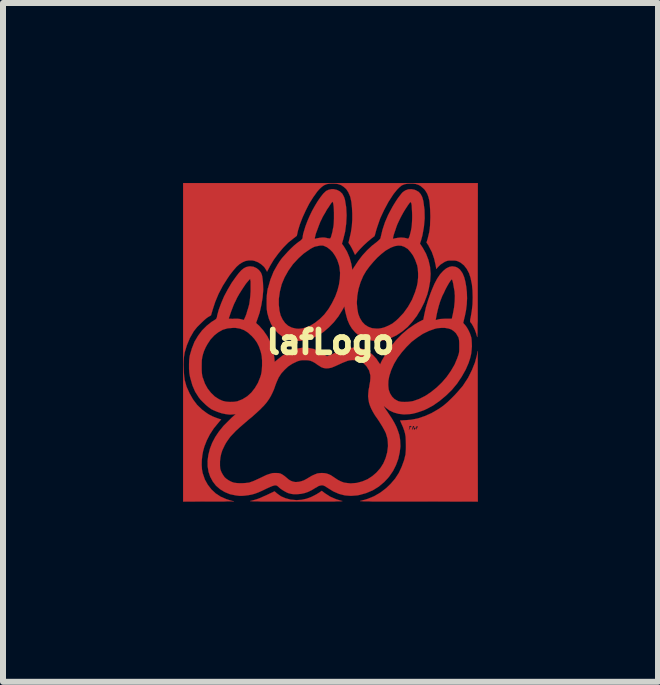
<source format=kicad_pcb>
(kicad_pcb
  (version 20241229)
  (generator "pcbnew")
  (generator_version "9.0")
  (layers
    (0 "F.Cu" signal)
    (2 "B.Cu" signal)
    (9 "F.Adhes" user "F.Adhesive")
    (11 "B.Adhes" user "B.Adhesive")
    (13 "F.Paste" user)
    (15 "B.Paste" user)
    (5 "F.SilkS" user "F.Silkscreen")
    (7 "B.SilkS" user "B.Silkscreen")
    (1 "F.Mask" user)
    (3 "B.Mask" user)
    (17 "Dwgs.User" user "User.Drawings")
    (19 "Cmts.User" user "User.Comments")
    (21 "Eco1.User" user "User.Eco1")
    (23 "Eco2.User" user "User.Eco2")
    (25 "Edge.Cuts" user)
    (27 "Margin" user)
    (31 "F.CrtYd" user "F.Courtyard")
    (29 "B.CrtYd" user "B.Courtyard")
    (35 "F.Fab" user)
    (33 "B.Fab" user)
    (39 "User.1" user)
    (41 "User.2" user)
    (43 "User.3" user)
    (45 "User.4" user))
  (footprint "lafLogo"
    (layer "F.Cu")
    (at 2.457 2.65)
    (property "Reference" "lafLogo" (at 0 0 0) (layer "F.SilkS") (effects (font (size 0.381 0.381) (thickness 0.127))))
    (attr through_hole)
    (fp_poly (pts (xy 0.198 2.649) (xy 0.196 2.652) (xy 0.185 2.652) (xy 0.17 2.654) (xy 0.145 2.654) (xy 0.112 2.654) (xy 0.069 2.657) (xy 0.015 2.657) (xy -0.051 2.657) (xy -0.13 2.657) (xy -0.224 2.657) (xy -0.328 2.657) (xy -0.45 2.657) (xy -0.572 2.657) (xy -0.709 2.657) (xy -0.828 2.657) (xy -0.935 2.657) (xy -1.026 2.657) (xy -1.102 2.657) (xy -1.168 2.657) (xy -1.219 2.654) (xy -1.262 2.654) (xy -1.293 2.654) (xy -1.316 2.652) (xy -1.331 2.652) (xy -1.339 2.649) (xy -1.331 2.647) (xy -1.328 2.647) (xy -1.278 2.634) (xy -1.227 2.619) (xy -1.171 2.598) (xy -1.11 2.57) (xy -1.049 2.543) (xy -0.932 2.487) (xy -0.892 2.522) (xy -0.826 2.57) (xy -0.749 2.603) (xy -0.663 2.626) (xy -0.569 2.634) (xy -0.566 2.634) (xy -0.483 2.629) (xy -0.401 2.611) (xy -0.323 2.583) (xy -0.239 2.54) (xy -0.198 2.515) (xy -0.145 2.479) (xy -0.099 2.515) (xy -0.005 2.576) (xy 0.094 2.619) (xy 0.185 2.647) (xy 0.193 2.647) (xy 0.198 2.649)) (stroke (width 0.003) (type solid)) (fill yes) (layer "F.Cu"))
    (fp_poly (pts (xy 2.456 2.659) (xy 1.453 2.657) (xy 1.453 1.405) (xy 1.45 1.4) (xy 1.443 1.4) (xy 1.43 1.407) (xy 1.427 1.43) (xy 1.427 1.433) (xy 1.427 1.453) (xy 1.433 1.458) (xy 1.438 1.445) (xy 1.448 1.425) (xy 1.453 1.405) (xy 1.453 2.657) (xy 1.45 2.657) (xy 1.42 2.657) (xy 1.42 1.425) (xy 1.412 1.427) (xy 1.41 1.43) (xy 1.4 1.435) (xy 1.397 1.427) (xy 1.397 1.42) (xy 1.392 1.402) (xy 1.382 1.397) (xy 1.372 1.407) (xy 1.369 1.417) (xy 1.361 1.44) (xy 1.359 1.45) (xy 1.359 1.402) (xy 1.354 1.4) (xy 1.336 1.397) (xy 1.333 1.397) (xy 1.313 1.4) (xy 1.308 1.402) (xy 1.311 1.405) (xy 1.318 1.415) (xy 1.313 1.433) (xy 1.313 1.435) (xy 1.306 1.453) (xy 1.306 1.463) (xy 1.308 1.463) (xy 1.316 1.455) (xy 1.323 1.44) (xy 1.328 1.427) (xy 1.328 1.425) (xy 1.336 1.412) (xy 1.349 1.405) (xy 1.359 1.402) (xy 1.359 1.45) (xy 1.356 1.463) (xy 1.359 1.463) (xy 1.369 1.453) (xy 1.374 1.443) (xy 1.387 1.417) (xy 1.389 1.443) (xy 1.392 1.46) (xy 1.397 1.463) (xy 1.41 1.45) (xy 1.42 1.435) (xy 1.42 1.425) (xy 1.42 2.657) (xy 1.298 2.657) (xy 1.161 2.657) (xy 1.039 2.657) (xy 0.93 2.657) (xy 0.838 2.657) (xy 0.757 2.657) (xy 0.688 2.657) (xy 0.632 2.654) (xy 0.587 2.654) (xy 0.551 2.654) (xy 0.526 2.652) (xy 0.505 2.652) (xy 0.495 2.649) (xy 0.493 2.649) (xy 0.495 2.647) (xy 0.5 2.647) (xy 0.617 2.614) (xy 0.729 2.568) (xy 0.833 2.507) (xy 0.932 2.431) (xy 1.003 2.362) (xy 1.077 2.276) (xy 1.138 2.182) (xy 1.186 2.08) (xy 1.227 1.968) (xy 1.234 1.941) (xy 1.242 1.905) (xy 1.25 1.877) (xy 1.252 1.847) (xy 1.255 1.811) (xy 1.257 1.765) (xy 1.257 1.72) (xy 1.255 1.643) (xy 1.252 1.577) (xy 1.242 1.521) (xy 1.227 1.468) (xy 1.206 1.412) (xy 1.189 1.374) (xy 1.176 1.344) (xy 1.166 1.321) (xy 1.161 1.308) (xy 1.168 1.306) (xy 1.189 1.306) (xy 1.219 1.303) (xy 1.232 1.303) (xy 1.341 1.295) (xy 1.455 1.273) (xy 1.57 1.234) (xy 1.684 1.184) (xy 1.798 1.118) (xy 1.847 1.085) (xy 1.895 1.049) (xy 1.951 1.001) (xy 2.009 0.945) (xy 2.068 0.886) (xy 2.121 0.828) (xy 2.169 0.772) (xy 2.21 0.724) (xy 2.212 0.719) (xy 2.294 0.594) (xy 2.357 0.467) (xy 2.408 0.34) (xy 2.438 0.229) (xy 2.454 0.147) (xy 2.454 1.405) (xy 2.456 2.659)) (stroke (width 0.003) (type solid)) (fill yes) (layer "F.Cu"))
    (fp_poly (pts (xy 2.456 -2.649) (xy 2.454 -1.344) (xy 2.454 -1.168) (xy 2.454 -1.008) (xy 2.454 -0.864) (xy 2.454 -0.737) (xy 2.454 -0.62) (xy 2.454 -0.518) (xy 2.454 -0.429) (xy 2.454 -0.353) (xy 2.451 -0.287) (xy 2.451 -0.231) (xy 2.451 -0.185) (xy 2.451 -0.15) (xy 2.449 -0.122) (xy 2.449 -0.104) (xy 2.446 -0.091) (xy 2.446 -0.084) (xy 2.443 -0.084) (xy 2.443 -0.089) (xy 2.426 -0.15) (xy 2.403 -0.211) (xy 2.377 -0.264) (xy 2.352 -0.307) (xy 2.337 -0.325) (xy 2.329 -0.335) (xy 2.327 -0.345) (xy 2.327 -0.358) (xy 2.329 -0.381) (xy 2.337 -0.414) (xy 2.355 -0.521) (xy 2.367 -0.63) (xy 2.37 -0.744) (xy 2.367 -0.856) (xy 2.357 -0.963) (xy 2.337 -1.057) (xy 2.337 -1.062) (xy 2.309 -1.148) (xy 2.271 -1.219) (xy 2.225 -1.278) (xy 2.172 -1.321) (xy 2.144 -1.336) (xy 2.116 -1.349) (xy 2.088 -1.356) (xy 2.057 -1.359) (xy 2.024 -1.359) (xy 1.986 -1.359) (xy 1.956 -1.356) (xy 1.933 -1.349) (xy 1.902 -1.336) (xy 1.895 -1.331) (xy 1.836 -1.293) (xy 1.801 -1.26) (xy 1.763 -1.217) (xy 1.753 -1.28) (xy 1.727 -1.392) (xy 1.689 -1.501) (xy 1.638 -1.598) (xy 1.636 -1.605) (xy 1.6 -1.659) (xy 1.618 -1.717) (xy 1.633 -1.778) (xy 1.646 -1.831) (xy 1.654 -1.885) (xy 1.659 -1.938) (xy 1.661 -1.999) (xy 1.664 -2.07) (xy 1.664 -2.101) (xy 1.661 -2.2) (xy 1.656 -2.283) (xy 1.648 -2.355) (xy 1.633 -2.416) (xy 1.615 -2.466) (xy 1.59 -2.51) (xy 1.562 -2.548) (xy 1.539 -2.568) (xy 1.501 -2.601) (xy 1.463 -2.621) (xy 1.422 -2.634) (xy 1.372 -2.642) (xy 1.333 -2.642) (xy 1.28 -2.639) (xy 1.232 -2.629) (xy 1.189 -2.611) (xy 1.151 -2.581) (xy 1.11 -2.54) (xy 1.067 -2.487) (xy 1.049 -2.464) (xy 0.965 -2.334) (xy 0.892 -2.197) (xy 0.828 -2.06) (xy 0.78 -1.92) (xy 0.762 -1.864) (xy 0.752 -1.826) (xy 0.744 -1.796) (xy 0.737 -1.773) (xy 0.734 -1.765) (xy 0.678 -1.722) (xy 0.615 -1.669) (xy 0.551 -1.61) (xy 0.49 -1.547) (xy 0.452 -1.504) (xy 0.409 -1.453) (xy 0.376 -1.524) (xy 0.358 -1.56) (xy 0.34 -1.593) (xy 0.325 -1.618) (xy 0.32 -1.626) (xy 0.3 -1.654) (xy 0.318 -1.73) (xy 0.34 -1.826) (xy 0.356 -1.93) (xy 0.363 -2.037) (xy 0.363 -2.141) (xy 0.358 -2.243) (xy 0.348 -2.337) (xy 0.33 -2.418) (xy 0.325 -2.433) (xy 0.297 -2.497) (xy 0.262 -2.55) (xy 0.221 -2.586) (xy 0.18 -2.614) (xy 0.14 -2.629) (xy 0.097 -2.639) (xy 0.043 -2.642) (xy 0.03 -2.642) (xy -0.02 -2.639) (xy -0.064 -2.631) (xy -0.104 -2.614) (xy -0.142 -2.588) (xy -0.18 -2.553) (xy -0.221 -2.507) (xy -0.264 -2.446) (xy -0.29 -2.41) (xy -0.356 -2.304) (xy -0.414 -2.189) (xy -0.467 -2.073) (xy -0.511 -1.958) (xy -0.544 -1.849) (xy -0.546 -1.836) (xy -0.561 -1.77) (xy -0.617 -1.727) (xy -0.706 -1.656) (xy -0.79 -1.57) (xy -0.871 -1.473) (xy -0.945 -1.372) (xy -1.008 -1.267) (xy -1.016 -1.25) (xy -1.057 -1.173) (xy -1.072 -1.201) (xy -1.105 -1.252) (xy -1.153 -1.295) (xy -1.209 -1.331) (xy -1.27 -1.354) (xy -1.306 -1.361) (xy -1.361 -1.361) (xy -1.415 -1.351) (xy -1.463 -1.331) (xy -1.514 -1.3) (xy -1.565 -1.255) (xy -1.618 -1.194) (xy -1.676 -1.12) (xy -1.709 -1.072) (xy -1.793 -0.94) (xy -1.864 -0.805) (xy -1.92 -0.671) (xy -1.961 -0.546) (xy -1.991 -0.445) (xy -2.035 -0.419) (xy -2.065 -0.399) (xy -2.101 -0.368) (xy -2.141 -0.33) (xy -2.182 -0.29) (xy -2.223 -0.249) (xy -2.256 -0.208) (xy -2.278 -0.18) (xy -2.342 -0.069) (xy -2.393 0.053) (xy -2.431 0.178) (xy -2.433 0.196) (xy -2.441 0.244) (xy -2.446 0.305) (xy -2.449 0.371) (xy -2.446 0.442) (xy -2.443 0.508) (xy -2.438 0.569) (xy -2.431 0.62) (xy -2.431 0.627) (xy -2.398 0.744) (xy -2.349 0.853) (xy -2.291 0.955) (xy -2.223 1.046) (xy -2.141 1.125) (xy -2.062 1.184) (xy -2.017 1.212) (xy -1.961 1.24) (xy -1.905 1.262) (xy -1.854 1.28) (xy -1.844 1.283) (xy -1.821 1.288) (xy -1.869 1.346) (xy -1.946 1.44) (xy -2.009 1.537) (xy -2.06 1.636) (xy -2.101 1.74) (xy -2.123 1.819) (xy -2.136 1.89) (xy -2.144 1.968) (xy -2.146 2.047) (xy -2.141 2.123) (xy -2.129 2.189) (xy -2.126 2.195) (xy -2.093 2.291) (xy -2.045 2.377) (xy -1.984 2.456) (xy -1.913 2.522) (xy -1.831 2.576) (xy -1.74 2.616) (xy -1.694 2.631) (xy -1.659 2.642) (xy -1.631 2.649) (xy -1.61 2.652) (xy -1.613 2.654) (xy -1.633 2.654) (xy -1.666 2.654) (xy -1.712 2.654) (xy -1.768 2.657) (xy -1.834 2.657) (xy -1.91 2.657) (xy -1.991 2.657) (xy -2.022 2.657) (xy -2.456 2.659) (xy -2.456 0.005) (xy -2.456 -2.649) (xy 0 -2.649) (xy 2.456 -2.649)) (stroke (width 0.003) (type solid)) (fill yes) (layer "F.Cu"))
    (fp_poly (pts (xy 1.669 -1.138) (xy 1.661 -1.016) (xy 1.638 -0.889) (xy 1.613 -0.792) (xy 1.565 -0.665) (xy 1.506 -0.546) (xy 1.46 -0.472) (xy 1.46 -1.151) (xy 1.455 -1.224) (xy 1.443 -1.288) (xy 1.44 -1.29) (xy 1.412 -1.369) (xy 1.377 -1.44) (xy 1.361 -1.463) (xy 1.361 -2.123) (xy 1.359 -2.179) (xy 1.356 -2.23) (xy 1.354 -2.273) (xy 1.349 -2.306) (xy 1.341 -2.327) (xy 1.339 -2.332) (xy 1.328 -2.329) (xy 1.313 -2.311) (xy 1.293 -2.283) (xy 1.27 -2.248) (xy 1.242 -2.205) (xy 1.214 -2.159) (xy 1.186 -2.108) (xy 1.161 -2.06) (xy 1.138 -2.012) (xy 1.128 -1.991) (xy 1.113 -1.958) (xy 1.097 -1.915) (xy 1.082 -1.869) (xy 1.067 -1.826) (xy 1.054 -1.786) (xy 1.046 -1.753) (xy 1.041 -1.732) (xy 1.041 -1.73) (xy 1.046 -1.722) (xy 1.054 -1.722) (xy 1.069 -1.727) (xy 1.095 -1.732) (xy 1.123 -1.737) (xy 1.176 -1.742) (xy 1.234 -1.737) (xy 1.285 -1.725) (xy 1.288 -1.722) (xy 1.298 -1.725) (xy 1.306 -1.737) (xy 1.316 -1.76) (xy 1.326 -1.796) (xy 1.339 -1.847) (xy 1.344 -1.872) (xy 1.351 -1.91) (xy 1.356 -1.956) (xy 1.359 -2.009) (xy 1.361 -2.065) (xy 1.361 -2.123) (xy 1.361 -1.463) (xy 1.333 -1.501) (xy 1.288 -1.552) (xy 1.234 -1.585) (xy 1.232 -1.587) (xy 1.181 -1.605) (xy 1.128 -1.608) (xy 1.069 -1.598) (xy 1.003 -1.572) (xy 0.932 -1.532) (xy 0.912 -1.519) (xy 0.848 -1.468) (xy 0.78 -1.407) (xy 0.714 -1.336) (xy 0.65 -1.26) (xy 0.594 -1.184) (xy 0.549 -1.107) (xy 0.541 -1.09) (xy 0.5 -0.993) (xy 0.467 -0.884) (xy 0.447 -0.772) (xy 0.439 -0.658) (xy 0.439 -0.653) (xy 0.447 -0.559) (xy 0.462 -0.472) (xy 0.49 -0.401) (xy 0.528 -0.338) (xy 0.574 -0.29) (xy 0.63 -0.254) (xy 0.693 -0.231) (xy 0.767 -0.224) (xy 0.792 -0.224) (xy 0.836 -0.229) (xy 0.879 -0.239) (xy 0.909 -0.249) (xy 0.973 -0.277) (xy 1.034 -0.31) (xy 1.092 -0.356) (xy 1.128 -0.389) (xy 1.217 -0.483) (xy 1.293 -0.589) (xy 1.359 -0.706) (xy 1.41 -0.833) (xy 1.44 -0.932) (xy 1.453 -0.998) (xy 1.46 -1.074) (xy 1.46 -1.151) (xy 1.46 -0.472) (xy 1.44 -0.437) (xy 1.364 -0.338) (xy 1.283 -0.249) (xy 1.194 -0.175) (xy 1.1 -0.112) (xy 1.003 -0.066) (xy 0.902 -0.033) (xy 0.886 -0.03) (xy 0.792 -0.018) (xy 0.699 -0.023) (xy 0.612 -0.041) (xy 0.531 -0.076) (xy 0.457 -0.124) (xy 0.414 -0.16) (xy 0.358 -0.224) (xy 0.315 -0.295) (xy 0.282 -0.373) (xy 0.257 -0.465) (xy 0.246 -0.511) (xy 0.231 -0.594) (xy 0.198 -0.533) (xy 0.16 -0.472) (xy 0.16 -1.156) (xy 0.15 -1.247) (xy 0.14 -1.29) (xy 0.114 -1.367) (xy 0.079 -1.435) (xy 0.058 -1.466) (xy 0.058 -2.108) (xy 0.058 -2.162) (xy 0.056 -2.212) (xy 0.053 -2.258) (xy 0.048 -2.296) (xy 0.043 -2.322) (xy 0.036 -2.337) (xy 0.033 -2.337) (xy 0.025 -2.329) (xy 0.01 -2.311) (xy -0.01 -2.281) (xy -0.033 -2.245) (xy -0.061 -2.205) (xy -0.086 -2.159) (xy -0.112 -2.116) (xy -0.135 -2.075) (xy -0.14 -2.062) (xy -0.17 -2.002) (xy -0.196 -1.935) (xy -0.221 -1.867) (xy -0.244 -1.806) (xy -0.257 -1.75) (xy -0.259 -1.745) (xy -0.262 -1.727) (xy -0.259 -1.72) (xy -0.251 -1.722) (xy -0.236 -1.727) (xy -0.208 -1.732) (xy -0.183 -1.737) (xy -0.14 -1.742) (xy -0.104 -1.742) (xy -0.074 -1.737) (xy -0.046 -1.73) (xy -0.02 -1.727) (xy -0.01 -1.725) (xy 0 -1.732) (xy 0.01 -1.755) (xy 0.02 -1.791) (xy 0.033 -1.839) (xy 0.043 -1.897) (xy 0.048 -1.915) (xy 0.053 -1.956) (xy 0.056 -2.002) (xy 0.058 -2.052) (xy 0.058 -2.108) (xy 0.058 -1.466) (xy 0.038 -1.496) (xy -0.01 -1.544) (xy -0.061 -1.582) (xy -0.074 -1.587) (xy -0.102 -1.6) (xy -0.124 -1.608) (xy -0.152 -1.608) (xy -0.175 -1.608) (xy -0.213 -1.6) (xy -0.251 -1.593) (xy -0.274 -1.585) (xy -0.328 -1.557) (xy -0.384 -1.519) (xy -0.445 -1.476) (xy -0.5 -1.427) (xy -0.533 -1.397) (xy -0.625 -1.298) (xy -0.701 -1.191) (xy -0.765 -1.077) (xy -0.813 -0.963) (xy -0.843 -0.843) (xy -0.861 -0.721) (xy -0.861 -0.622) (xy -0.851 -0.528) (xy -0.831 -0.445) (xy -0.798 -0.376) (xy -0.757 -0.318) (xy -0.706 -0.272) (xy -0.645 -0.241) (xy -0.617 -0.234) (xy -0.572 -0.224) (xy -0.531 -0.221) (xy -0.483 -0.226) (xy -0.46 -0.229) (xy -0.429 -0.239) (xy -0.389 -0.251) (xy -0.351 -0.267) (xy -0.343 -0.269) (xy -0.259 -0.32) (xy -0.178 -0.384) (xy -0.102 -0.46) (xy -0.033 -0.551) (xy 0.028 -0.653) (xy 0.081 -0.762) (xy 0.117 -0.861) (xy 0.142 -0.958) (xy 0.157 -1.059) (xy 0.16 -1.156) (xy 0.16 -0.472) (xy 0.132 -0.427) (xy 0.056 -0.33) (xy -0.028 -0.244) (xy -0.114 -0.17) (xy -0.208 -0.109) (xy -0.305 -0.064) (xy -0.363 -0.043) (xy -0.409 -0.033) (xy -0.46 -0.025) (xy -0.513 -0.02) (xy -0.566 -0.02) (xy -0.61 -0.023) (xy -0.63 -0.025) (xy -0.724 -0.053) (xy -0.805 -0.094) (xy -0.876 -0.15) (xy -0.937 -0.216) (xy -0.988 -0.297) (xy -1.026 -0.389) (xy -1.054 -0.49) (xy -1.054 -0.495) (xy -1.062 -0.551) (xy -1.064 -0.62) (xy -1.064 -0.691) (xy -1.062 -0.765) (xy -1.054 -0.836) (xy -1.044 -0.897) (xy -1.041 -0.899) (xy -1.001 -1.041) (xy -0.947 -1.176) (xy -0.876 -1.3) (xy -0.841 -1.354) (xy -0.805 -1.402) (xy -0.759 -1.453) (xy -0.711 -1.506) (xy -0.658 -1.56) (xy -0.607 -1.608) (xy -0.561 -1.646) (xy -0.528 -1.671) (xy -0.495 -1.694) (xy -0.478 -1.712) (xy -0.467 -1.725) (xy -0.465 -1.735) (xy -0.462 -1.76) (xy -0.455 -1.803) (xy -0.439 -1.857) (xy -0.419 -1.923) (xy -0.409 -1.951) (xy -0.381 -2.024) (xy -0.345 -2.106) (xy -0.305 -2.189) (xy -0.259 -2.271) (xy -0.213 -2.347) (xy -0.165 -2.416) (xy -0.122 -2.471) (xy -0.114 -2.479) (xy -0.074 -2.517) (xy -0.033 -2.537) (xy 0.018 -2.548) (xy 0.053 -2.548) (xy 0.109 -2.535) (xy 0.157 -2.51) (xy 0.198 -2.471) (xy 0.226 -2.418) (xy 0.241 -2.372) (xy 0.262 -2.245) (xy 0.269 -2.111) (xy 0.262 -1.976) (xy 0.244 -1.839) (xy 0.213 -1.714) (xy 0.191 -1.638) (xy 0.224 -1.593) (xy 0.277 -1.504) (xy 0.318 -1.407) (xy 0.348 -1.3) (xy 0.351 -1.278) (xy 0.358 -1.245) (xy 0.361 -1.219) (xy 0.363 -1.206) (xy 0.363 -1.204) (xy 0.368 -1.209) (xy 0.378 -1.224) (xy 0.394 -1.25) (xy 0.406 -1.267) (xy 0.465 -1.356) (xy 0.533 -1.445) (xy 0.61 -1.529) (xy 0.691 -1.605) (xy 0.77 -1.666) (xy 0.8 -1.692) (xy 0.82 -1.712) (xy 0.833 -1.727) (xy 0.833 -1.73) (xy 0.866 -1.869) (xy 0.909 -1.999) (xy 0.963 -2.123) (xy 1.031 -2.25) (xy 1.054 -2.289) (xy 1.09 -2.347) (xy 1.125 -2.4) (xy 1.161 -2.446) (xy 1.189 -2.482) (xy 1.206 -2.499) (xy 1.247 -2.527) (xy 1.295 -2.545) (xy 1.349 -2.548) (xy 1.405 -2.537) (xy 1.427 -2.527) (xy 1.471 -2.502) (xy 1.504 -2.464) (xy 1.529 -2.416) (xy 1.547 -2.352) (xy 1.549 -2.339) (xy 1.567 -2.202) (xy 1.57 -2.06) (xy 1.557 -1.918) (xy 1.532 -1.778) (xy 1.509 -1.694) (xy 1.491 -1.641) (xy 1.537 -1.572) (xy 1.593 -1.471) (xy 1.633 -1.367) (xy 1.659 -1.255) (xy 1.669 -1.138)) (stroke (width 0.003) (type solid)) (fill yes) (layer "F.Cu"))
    (fp_poly (pts (xy 2.357 0.071) (xy 2.352 0.13) (xy 2.347 0.18) (xy 2.342 0.208) (xy 2.334 0.244) (xy 2.322 0.287) (xy 2.306 0.333) (xy 2.304 0.343) (xy 2.253 0.46) (xy 2.187 0.577) (xy 2.146 0.638) (xy 2.146 0.064) (xy 2.146 0.015) (xy 2.144 -0.018) (xy 2.141 -0.043) (xy 2.136 -0.064) (xy 2.131 -0.084) (xy 2.126 -0.089) (xy 2.093 -0.145) (xy 2.073 -0.165) (xy 2.073 -0.775) (xy 2.07 -0.798) (xy 2.068 -0.841) (xy 2.06 -0.886) (xy 2.052 -0.932) (xy 2.045 -0.973) (xy 2.037 -1.008) (xy 2.029 -1.034) (xy 2.024 -1.044) (xy 2.017 -1.041) (xy 2.004 -1.026) (xy 1.984 -0.998) (xy 1.963 -0.963) (xy 1.938 -0.919) (xy 1.913 -0.871) (xy 1.89 -0.82) (xy 1.864 -0.77) (xy 1.844 -0.719) (xy 1.826 -0.673) (xy 1.826 -0.671) (xy 1.806 -0.607) (xy 1.788 -0.538) (xy 1.77 -0.46) (xy 1.758 -0.394) (xy 1.753 -0.366) (xy 1.798 -0.378) (xy 1.826 -0.384) (xy 1.864 -0.386) (xy 1.908 -0.389) (xy 1.93 -0.389) (xy 2.022 -0.389) (xy 2.04 -0.47) (xy 2.06 -0.577) (xy 2.07 -0.678) (xy 2.073 -0.775) (xy 2.073 -0.165) (xy 2.047 -0.188) (xy 2.012 -0.211) (xy 1.966 -0.226) (xy 1.908 -0.236) (xy 1.847 -0.236) (xy 1.781 -0.231) (xy 1.74 -0.221) (xy 1.638 -0.185) (xy 1.539 -0.137) (xy 1.445 -0.074) (xy 1.351 -0.003) (xy 1.267 0.081) (xy 1.189 0.17) (xy 1.118 0.264) (xy 1.059 0.363) (xy 1.013 0.465) (xy 0.98 0.566) (xy 0.965 0.645) (xy 0.963 0.721) (xy 0.97 0.792) (xy 0.993 0.856) (xy 1.026 0.909) (xy 1.067 0.95) (xy 1.12 0.98) (xy 1.133 0.986) (xy 1.179 0.996) (xy 1.234 0.998) (xy 1.295 0.996) (xy 1.354 0.988) (xy 1.379 0.983) (xy 1.481 0.947) (xy 1.58 0.897) (xy 1.676 0.833) (xy 1.77 0.757) (xy 1.857 0.673) (xy 1.938 0.579) (xy 2.007 0.48) (xy 2.068 0.376) (xy 2.113 0.269) (xy 2.118 0.254) (xy 2.131 0.218) (xy 2.139 0.191) (xy 2.144 0.163) (xy 2.146 0.132) (xy 2.146 0.091) (xy 2.146 0.064) (xy 2.146 0.638) (xy 2.111 0.691) (xy 2.022 0.798) (xy 1.923 0.894) (xy 1.816 0.983) (xy 1.707 1.059) (xy 1.618 1.107) (xy 1.56 1.135) (xy 1.494 1.158) (xy 1.422 1.181) (xy 1.359 1.196) (xy 1.318 1.201) (xy 1.224 1.206) (xy 1.135 1.196) (xy 1.054 1.173) (xy 0.98 1.138) (xy 0.917 1.09) (xy 0.899 1.074) (xy 0.892 1.069) (xy 0.889 1.069) (xy 0.894 1.079) (xy 0.907 1.1) (xy 0.925 1.128) (xy 0.95 1.163) (xy 0.968 1.191) (xy 1.024 1.275) (xy 1.067 1.349) (xy 1.1 1.415) (xy 1.125 1.481) (xy 1.146 1.544) (xy 1.158 1.61) (xy 1.161 1.638) (xy 1.166 1.737) (xy 1.153 1.841) (xy 1.13 1.946) (xy 1.092 2.05) (xy 1.044 2.146) (xy 0.983 2.235) (xy 0.975 2.245) (xy 0.958 2.266) (xy 0.958 1.717) (xy 0.955 1.661) (xy 0.95 1.613) (xy 0.937 1.565) (xy 0.922 1.516) (xy 0.897 1.466) (xy 0.864 1.407) (xy 0.823 1.341) (xy 0.79 1.29) (xy 0.742 1.222) (xy 0.706 1.161) (xy 0.678 1.107) (xy 0.658 1.059) (xy 0.643 1.013) (xy 0.64 0.996) (xy 0.632 0.947) (xy 0.627 0.902) (xy 0.63 0.856) (xy 0.635 0.8) (xy 0.648 0.734) (xy 0.648 0.726) (xy 0.66 0.66) (xy 0.665 0.605) (xy 0.665 0.556) (xy 0.655 0.516) (xy 0.643 0.472) (xy 0.635 0.46) (xy 0.599 0.401) (xy 0.551 0.353) (xy 0.495 0.32) (xy 0.432 0.302) (xy 0.363 0.3) (xy 0.318 0.305) (xy 0.287 0.312) (xy 0.246 0.328) (xy 0.196 0.348) (xy 0.142 0.373) (xy 0.074 0.404) (xy 0.018 0.427) (xy -0.033 0.437) (xy -0.076 0.439) (xy -0.117 0.432) (xy -0.157 0.417) (xy -0.198 0.389) (xy -0.206 0.386) (xy -0.254 0.351) (xy -0.295 0.328) (xy -0.333 0.312) (xy -0.368 0.305) (xy -0.409 0.302) (xy -0.427 0.302) (xy -0.47 0.302) (xy -0.503 0.307) (xy -0.533 0.315) (xy -0.556 0.323) (xy -0.635 0.361) (xy -0.704 0.406) (xy -0.762 0.46) (xy -0.818 0.521) (xy -0.864 0.592) (xy -0.899 0.671) (xy -0.919 0.724) (xy -0.942 0.79) (xy -0.968 0.848) (xy -0.996 0.904) (xy -1.029 0.958) (xy -1.067 1.011) (xy -1.113 1.064) (xy -1.14 1.09) (xy -1.14 0.356) (xy -1.14 0.305) (xy -1.143 0.267) (xy -1.146 0.234) (xy -1.151 0.206) (xy -1.158 0.178) (xy -1.163 0.157) (xy -1.191 0.076) (xy -1.224 0.01) (xy -1.267 -0.051) (xy -1.313 -0.102) (xy -1.331 -0.117) (xy -1.331 -0.945) (xy -1.331 -0.983) (xy -1.331 -1.011) (xy -1.333 -1.021) (xy -1.339 -1.054) (xy -1.372 -1.016) (xy -1.407 -0.975) (xy -1.443 -0.922) (xy -1.483 -0.861) (xy -1.521 -0.8) (xy -1.557 -0.737) (xy -1.582 -0.683) (xy -1.6 -0.648) (xy -1.618 -0.607) (xy -1.636 -0.559) (xy -1.654 -0.513) (xy -1.669 -0.47) (xy -1.681 -0.432) (xy -1.692 -0.404) (xy -1.694 -0.391) (xy -1.687 -0.389) (xy -1.664 -0.389) (xy -1.633 -0.386) (xy -1.608 -0.389) (xy -1.549 -0.389) (xy -1.506 -0.384) (xy -1.481 -0.378) (xy -1.443 -0.368) (xy -1.43 -0.399) (xy -1.42 -0.419) (xy -1.407 -0.452) (xy -1.394 -0.488) (xy -1.394 -0.495) (xy -1.372 -0.564) (xy -1.354 -0.63) (xy -1.344 -0.696) (xy -1.336 -0.77) (xy -1.331 -0.848) (xy -1.331 -0.897) (xy -1.331 -0.945) (xy -1.331 -0.117) (xy -1.374 -0.157) (xy -1.438 -0.198) (xy -1.506 -0.224) (xy -1.58 -0.236) (xy -1.626 -0.236) (xy -1.712 -0.229) (xy -1.793 -0.206) (xy -1.867 -0.165) (xy -1.935 -0.112) (xy -1.999 -0.043) (xy -2.052 0.038) (xy -2.08 0.089) (xy -2.106 0.147) (xy -2.123 0.198) (xy -2.136 0.249) (xy -2.144 0.302) (xy -2.146 0.366) (xy -2.146 0.406) (xy -2.146 0.46) (xy -2.144 0.5) (xy -2.141 0.533) (xy -2.136 0.564) (xy -2.129 0.594) (xy -2.126 0.597) (xy -2.093 0.691) (xy -2.047 0.775) (xy -1.991 0.846) (xy -1.928 0.907) (xy -1.857 0.953) (xy -1.796 0.98) (xy -1.74 0.993) (xy -1.676 0.998) (xy -1.61 0.996) (xy -1.554 0.988) (xy -1.549 0.986) (xy -1.466 0.953) (xy -1.387 0.904) (xy -1.318 0.841) (xy -1.26 0.767) (xy -1.209 0.681) (xy -1.171 0.587) (xy -1.158 0.546) (xy -1.151 0.513) (xy -1.146 0.48) (xy -1.143 0.445) (xy -1.14 0.396) (xy -1.14 0.356) (xy -1.14 1.09) (xy -1.168 1.12) (xy -1.234 1.181) (xy -1.311 1.25) (xy -1.367 1.295) (xy -1.45 1.367) (xy -1.519 1.427) (xy -1.58 1.483) (xy -1.628 1.534) (xy -1.671 1.58) (xy -1.704 1.626) (xy -1.735 1.671) (xy -1.763 1.72) (xy -1.768 1.732) (xy -1.801 1.801) (xy -1.821 1.862) (xy -1.834 1.923) (xy -1.841 1.986) (xy -1.841 2.019) (xy -1.841 2.062) (xy -1.839 2.093) (xy -1.836 2.116) (xy -1.829 2.136) (xy -1.819 2.162) (xy -1.816 2.169) (xy -1.798 2.202) (xy -1.778 2.233) (xy -1.763 2.253) (xy -1.735 2.278) (xy -1.697 2.304) (xy -1.654 2.327) (xy -1.613 2.342) (xy -1.603 2.344) (xy -1.567 2.349) (xy -1.521 2.352) (xy -1.468 2.352) (xy -1.417 2.349) (xy -1.372 2.344) (xy -1.354 2.342) (xy -1.328 2.332) (xy -1.29 2.319) (xy -1.245 2.299) (xy -1.199 2.278) (xy -1.173 2.266) (xy -1.115 2.238) (xy -1.067 2.215) (xy -1.029 2.202) (xy -0.996 2.192) (xy -0.968 2.184) (xy -0.935 2.182) (xy -0.909 2.182) (xy -0.866 2.184) (xy -0.831 2.192) (xy -0.798 2.21) (xy -0.762 2.235) (xy -0.737 2.256) (xy -0.696 2.291) (xy -0.663 2.311) (xy -0.63 2.324) (xy -0.592 2.332) (xy -0.566 2.332) (xy -0.526 2.329) (xy -0.485 2.319) (xy -0.442 2.304) (xy -0.394 2.278) (xy -0.361 2.258) (xy -0.305 2.225) (xy -0.259 2.205) (xy -0.218 2.189) (xy -0.178 2.184) (xy -0.147 2.182) (xy -0.107 2.184) (xy -0.071 2.189) (xy -0.036 2.2) (xy 0.003 2.217) (xy 0.046 2.245) (xy 0.069 2.261) (xy 0.127 2.299) (xy 0.178 2.324) (xy 0.226 2.342) (xy 0.277 2.349) (xy 0.333 2.355) (xy 0.343 2.355) (xy 0.439 2.347) (xy 0.531 2.322) (xy 0.617 2.286) (xy 0.696 2.235) (xy 0.767 2.174) (xy 0.831 2.101) (xy 0.881 2.022) (xy 0.919 1.933) (xy 0.945 1.839) (xy 0.958 1.74) (xy 0.958 1.717) (xy 0.958 2.266) (xy 0.894 2.334) (xy 0.803 2.41) (xy 0.704 2.471) (xy 0.594 2.517) (xy 0.483 2.548) (xy 0.445 2.555) (xy 0.34 2.563) (xy 0.239 2.555) (xy 0.142 2.53) (xy 0.048 2.489) (xy -0.043 2.433) (xy -0.046 2.431) (xy -0.089 2.403) (xy -0.124 2.388) (xy -0.157 2.388) (xy -0.196 2.398) (xy -0.236 2.423) (xy -0.239 2.423) (xy -0.31 2.466) (xy -0.373 2.497) (xy -0.432 2.517) (xy -0.493 2.53) (xy -0.554 2.535) (xy -0.566 2.535) (xy -0.617 2.535) (xy -0.655 2.53) (xy -0.693 2.52) (xy -0.706 2.517) (xy -0.747 2.497) (xy -0.792 2.471) (xy -0.836 2.441) (xy -0.871 2.41) (xy -0.876 2.405) (xy -0.892 2.393) (xy -0.912 2.388) (xy -0.937 2.39) (xy -0.97 2.4) (xy -1.013 2.418) (xy -1.064 2.441) (xy -1.138 2.477) (xy -1.199 2.504) (xy -1.255 2.525) (xy -1.306 2.54) (xy -1.359 2.55) (xy -1.379 2.553) (xy -1.433 2.56) (xy -1.476 2.563) (xy -1.514 2.563) (xy -1.557 2.558) (xy -1.58 2.555) (xy -1.676 2.535) (xy -1.763 2.499) (xy -1.841 2.451) (xy -1.908 2.393) (xy -1.961 2.324) (xy -2.004 2.245) (xy -2.032 2.162) (xy -2.047 2.068) (xy -2.047 1.971) (xy -2.035 1.882) (xy -2.009 1.778) (xy -1.971 1.679) (xy -1.92 1.582) (xy -1.859 1.491) (xy -1.783 1.397) (xy -1.692 1.306) (xy -1.643 1.257) (xy -1.58 1.201) (xy -1.623 1.206) (xy -1.679 1.209) (xy -1.745 1.201) (xy -1.816 1.186) (xy -1.885 1.163) (xy -1.951 1.135) (xy -1.986 1.118) (xy -2.029 1.087) (xy -2.075 1.049) (xy -2.123 1.003) (xy -2.167 0.958) (xy -2.197 0.919) (xy -2.256 0.826) (xy -2.301 0.721) (xy -2.334 0.605) (xy -2.342 0.574) (xy -2.352 0.516) (xy -2.357 0.447) (xy -2.357 0.373) (xy -2.355 0.302) (xy -2.347 0.239) (xy -2.342 0.216) (xy -2.309 0.104) (xy -2.266 -0.005) (xy -2.207 -0.104) (xy -2.141 -0.193) (xy -2.062 -0.272) (xy -1.979 -0.338) (xy -1.948 -0.356) (xy -1.923 -0.373) (xy -1.905 -0.386) (xy -1.897 -0.401) (xy -1.89 -0.424) (xy -1.89 -0.434) (xy -1.862 -0.538) (xy -1.821 -0.648) (xy -1.773 -0.762) (xy -1.712 -0.876) (xy -1.646 -0.988) (xy -1.572 -1.092) (xy -1.529 -1.148) (xy -1.486 -1.196) (xy -1.445 -1.229) (xy -1.405 -1.25) (xy -1.361 -1.26) (xy -1.339 -1.262) (xy -1.283 -1.255) (xy -1.232 -1.232) (xy -1.191 -1.199) (xy -1.158 -1.156) (xy -1.143 -1.118) (xy -1.138 -1.097) (xy -1.133 -1.064) (xy -1.128 -1.024) (xy -1.125 -0.993) (xy -1.12 -0.874) (xy -1.13 -0.749) (xy -1.151 -0.62) (xy -1.181 -0.488) (xy -1.209 -0.406) (xy -1.24 -0.318) (xy -1.189 -0.272) (xy -1.115 -0.188) (xy -1.052 -0.097) (xy -1.001 0.005) (xy -0.963 0.114) (xy -0.94 0.229) (xy -0.935 0.267) (xy -0.93 0.33) (xy -0.881 0.29) (xy -0.798 0.224) (xy -0.714 0.173) (xy -0.63 0.135) (xy -0.556 0.109) (xy -0.462 0.094) (xy -0.371 0.097) (xy -0.282 0.114) (xy -0.198 0.15) (xy -0.114 0.201) (xy -0.112 0.203) (xy -0.086 0.221) (xy -0.066 0.234) (xy -0.056 0.236) (xy -0.046 0.234) (xy -0.023 0.224) (xy 0.01 0.211) (xy 0.048 0.193) (xy 0.061 0.185) (xy 0.155 0.145) (xy 0.244 0.117) (xy 0.323 0.099) (xy 0.394 0.094) (xy 0.483 0.102) (xy 0.566 0.124) (xy 0.643 0.163) (xy 0.709 0.218) (xy 0.77 0.284) (xy 0.785 0.31) (xy 0.828 0.371) (xy 0.853 0.315) (xy 0.922 0.196) (xy 1.001 0.081) (xy 1.09 -0.028) (xy 1.186 -0.127) (xy 1.29 -0.216) (xy 1.397 -0.29) (xy 1.463 -0.33) (xy 1.547 -0.373) (xy 1.565 -0.465) (xy 1.59 -0.577) (xy 1.626 -0.696) (xy 1.669 -0.818) (xy 1.689 -0.869) (xy 1.732 -0.97) (xy 1.778 -1.057) (xy 1.826 -1.128) (xy 1.877 -1.184) (xy 1.928 -1.227) (xy 1.979 -1.252) (xy 2.027 -1.262) (xy 2.078 -1.255) (xy 2.106 -1.245) (xy 2.134 -1.227) (xy 2.159 -1.206) (xy 2.164 -1.199) (xy 2.2 -1.148) (xy 2.228 -1.082) (xy 2.248 -1.006) (xy 2.263 -0.919) (xy 2.273 -0.828) (xy 2.276 -0.729) (xy 2.271 -0.627) (xy 2.258 -0.526) (xy 2.238 -0.427) (xy 2.235 -0.417) (xy 2.212 -0.318) (xy 2.245 -0.282) (xy 2.273 -0.244) (xy 2.299 -0.198) (xy 2.324 -0.145) (xy 2.342 -0.091) (xy 2.347 -0.076) (xy 2.352 -0.036) (xy 2.355 0.015) (xy 2.357 0.071)) (stroke (width 0.003) (type solid)) (fill yes) (layer "F.Cu")))
  (gr_rect
    (start -3 -3)
    (end 7.915 8.311)
    (stroke (width 0.1) (type default))
    (fill no)
    (layer "Edge.Cuts")))
</source>
